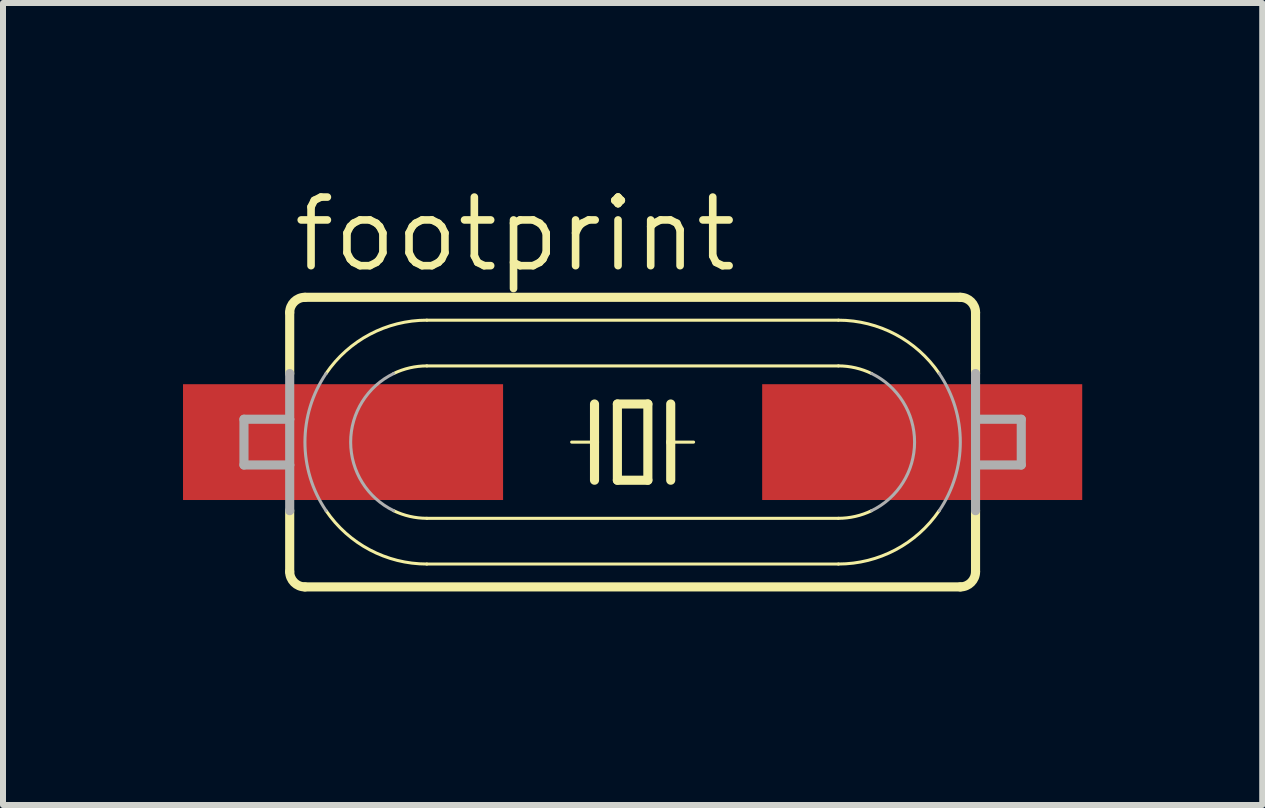
<source format=kicad_pcb>
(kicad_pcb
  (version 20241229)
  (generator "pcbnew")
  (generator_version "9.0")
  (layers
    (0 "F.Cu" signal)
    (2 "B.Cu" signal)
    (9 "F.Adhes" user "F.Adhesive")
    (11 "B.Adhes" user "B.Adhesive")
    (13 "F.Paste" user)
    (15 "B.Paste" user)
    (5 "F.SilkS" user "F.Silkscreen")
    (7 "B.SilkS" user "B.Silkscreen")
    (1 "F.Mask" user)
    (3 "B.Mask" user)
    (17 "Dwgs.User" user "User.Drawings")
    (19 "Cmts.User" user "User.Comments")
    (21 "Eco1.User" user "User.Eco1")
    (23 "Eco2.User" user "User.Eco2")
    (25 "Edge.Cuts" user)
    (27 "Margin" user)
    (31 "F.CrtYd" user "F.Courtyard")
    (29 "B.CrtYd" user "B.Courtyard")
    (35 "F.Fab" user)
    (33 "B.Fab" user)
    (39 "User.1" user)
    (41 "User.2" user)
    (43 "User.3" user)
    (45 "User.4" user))
  (footprint "footprint"
    (layer "F.Cu")
    (at 7.493 4.318)
    (property "Reference" "footprint" (at -5.715 -2.794 0) (layer "F.SilkS") (effects (font (size 1.143 1.143) (thickness 0.127)) (justify left bottom)))
    (fp_line (start -5.715 -1.143) (end -5.715 -2.159) (stroke (width 0.152) (type solid)) (layer "F.SilkS"))
    (fp_line (start -5.715 2.159) (end -5.715 1.143) (stroke (width 0.152) (type solid)) (layer "F.SilkS"))
    (fp_line (start -3.429 -2.032) (end 3.429 -2.032) (stroke (width 0.051) (type solid)) (layer "F.SilkS"))
    (fp_line (start -3.429 -1.27) (end 3.429 -1.27) (stroke (width 0.051) (type solid)) (layer "F.SilkS"))
    (fp_line (start -0.635 -0.635) (end -0.635 0) (stroke (width 0.152) (type solid)) (layer "F.SilkS"))
    (fp_line (start -0.635 0) (end -1.016 0) (stroke (width 0.051) (type solid)) (layer "F.SilkS"))
    (fp_line (start -0.635 0) (end -0.635 0.635) (stroke (width 0.152) (type solid)) (layer "F.SilkS"))
    (fp_line (start -0.254 -0.635) (end -0.254 0.635) (stroke (width 0.152) (type solid)) (layer "F.SilkS"))
    (fp_line (start -0.254 0.635) (end 0.254 0.635) (stroke (width 0.152) (type solid)) (layer "F.SilkS"))
    (fp_line (start 0.254 -0.635) (end -0.254 -0.635) (stroke (width 0.152) (type solid)) (layer "F.SilkS"))
    (fp_line (start 0.254 0.635) (end 0.254 -0.635) (stroke (width 0.152) (type solid)) (layer "F.SilkS"))
    (fp_line (start 0.635 -0.635) (end 0.635 0) (stroke (width 0.152) (type solid)) (layer "F.SilkS"))
    (fp_line (start 0.635 0) (end 0.635 0.635) (stroke (width 0.152) (type solid)) (layer "F.SilkS"))
    (fp_line (start 0.635 0) (end 1.016 0) (stroke (width 0.051) (type solid)) (layer "F.SilkS"))
    (fp_line (start 3.429 1.27) (end -3.429 1.27) (stroke (width 0.051) (type solid)) (layer "F.SilkS"))
    (fp_line (start 3.429 2.032) (end -3.429 2.032) (stroke (width 0.051) (type solid)) (layer "F.SilkS"))
    (fp_line (start 5.461 -2.413) (end -5.461 -2.413) (stroke (width 0.152) (type solid)) (layer "F.SilkS"))
    (fp_line (start 5.461 2.413) (end -5.461 2.413) (stroke (width 0.152) (type solid)) (layer "F.SilkS"))
    (fp_line (start 5.715 -1.143) (end 5.715 -2.159) (stroke (width 0.152) (type solid)) (layer "F.SilkS"))
    (fp_line (start 5.715 2.159) (end 5.715 1.143) (stroke (width 0.152) (type solid)) (layer "F.SilkS"))
    (fp_arc (start -5.715 -2.159) (mid -5.640605 -2.338605) (end -5.461 -2.413) (stroke (width 0.1524) (type solid)) (layer "F.SilkS"))
    (fp_arc (start -5.461 2.413) (mid -5.640605 2.338605) (end -5.715 2.159) (stroke (width 0.1524) (type solid)) (layer "F.SilkS"))
    (fp_arc (start -5.1091 -1.143) (mid -4.379417 -1.796107) (end -3.429 -2.032101) (stroke (width 0.0508) (type solid)) (layer "F.SilkS"))
    (fp_arc (start -3.9826 -1.143) (mid -3.712991 -1.237845) (end -3.429 -1.27) (stroke (width 0.0508) (type solid)) (layer "F.SilkS"))
    (fp_arc (start -3.429 1.27) (mid -3.712991 1.237845) (end -3.9826 1.143) (stroke (width 0.0508) (type solid)) (layer "F.SilkS"))
    (fp_arc (start -3.429 2.032001) (mid -4.379408 1.796063) (end -5.1091 1.143) (stroke (width 0.0508) (type solid)) (layer "F.SilkS"))
    (fp_arc (start 3.429 -2.032) (mid 4.379408 -1.796062) (end 5.1091 -1.142999) (stroke (width 0.0508) (type solid)) (layer "F.SilkS"))
    (fp_arc (start 3.429 -1.27) (mid 3.712991 -1.237845) (end 3.9826 -1.143) (stroke (width 0.0508) (type solid)) (layer "F.SilkS"))
    (fp_arc (start 3.9826 1.143) (mid 3.712991 1.237845) (end 3.429 1.27) (stroke (width 0.0508) (type solid)) (layer "F.SilkS"))
    (fp_arc (start 5.109 1.142899) (mid 4.379368 1.795994) (end 3.429 2.032) (stroke (width 0.0508) (type solid)) (layer "F.SilkS"))
    (fp_arc (start 5.461 -2.413) (mid 5.640605 -2.338605) (end 5.715 -2.159) (stroke (width 0.1524) (type solid)) (layer "F.SilkS"))
    (fp_arc (start 5.715 2.159) (mid 5.640605 2.338605) (end 5.461 2.413) (stroke (width 0.1524) (type solid)) (layer "F.SilkS"))
    (fp_line (start -6.477 0.381) (end -6.477 -0.381) (stroke (width 0.152) (type solid)) (layer "F.Fab"))
    (fp_line (start -5.715 -0.381) (end -6.477 -0.381) (stroke (width 0.152) (type solid)) (layer "F.Fab"))
    (fp_line (start -5.715 -0.381) (end -5.715 -1.143) (stroke (width 0.152) (type solid)) (layer "F.Fab"))
    (fp_line (start -5.715 0.381) (end -6.477 0.381) (stroke (width 0.152) (type solid)) (layer "F.Fab"))
    (fp_line (start -5.715 0.381) (end -5.715 -0.381) (stroke (width 0.152) (type solid)) (layer "F.Fab"))
    (fp_line (start -5.715 1.143) (end -5.715 0.381) (stroke (width 0.152) (type solid)) (layer "F.Fab"))
    (fp_line (start 5.715 -0.381) (end 6.477 -0.381) (stroke (width 0.152) (type solid)) (layer "F.Fab"))
    (fp_line (start 5.715 0.381) (end 6.477 0.381) (stroke (width 0.152) (type solid)) (layer "F.Fab"))
    (fp_line (start 5.715 1.143) (end 5.715 -1.143) (stroke (width 0.152) (type solid)) (layer "F.Fab"))
    (fp_line (start 6.477 0.381) (end 6.477 -0.381) (stroke (width 0.152) (type solid)) (layer "F.Fab"))
    (fp_arc (start -5.1091 1.143) (mid -5.46104 0) (end -5.1091 -1.143) (stroke (width 0.0508) (type solid)) (layer "F.Fab"))
    (fp_arc (start -3.9826 1.143) (mid -4.699009 0) (end -3.9826 -1.143) (stroke (width 0.0508) (type solid)) (layer "F.Fab"))
    (fp_arc (start 3.9826 -1.143) (mid 4.699009 0) (end 3.9826 1.143) (stroke (width 0.0508) (type solid)) (layer "F.Fab"))
    (fp_arc (start 5.1091 -1.143) (mid 5.46104 0) (end 5.1091 1.143) (stroke (width 0.0508) (type solid)) (layer "F.Fab"))
    (pad "1" smd rect (at -4.826 0) (size 5.334 1.93) (layers "F.Cu" "F.Mask" "F.Paste"))
    (pad "2" smd rect (at 4.826 0) (size 5.334 1.93) (layers "F.Cu" "F.Mask" "F.Paste"))
    (zone (net_name "") (layers "F.Cu" "B.Cu") (hatch edge 0.508) (connect_pads) (min_thickness 0.254) (filled_areas_thickness no) (keepout (tracks allowed) (vias not_allowed) (pads allowed) (copperpour allowed) (footprints allowed)) (placement (enabled no)) (fill) (polygon (pts (xy 0.889 7.366) (xy 14.097 7.366) (xy 14.097 1.27) (xy 0.889 1.27)))))
  (gr_rect
    (start -3 -3)
    (end 17.986 10.366)
    (stroke (width 0.1) (type default))
    (fill no)
    (layer "Edge.Cuts")))
</source>
